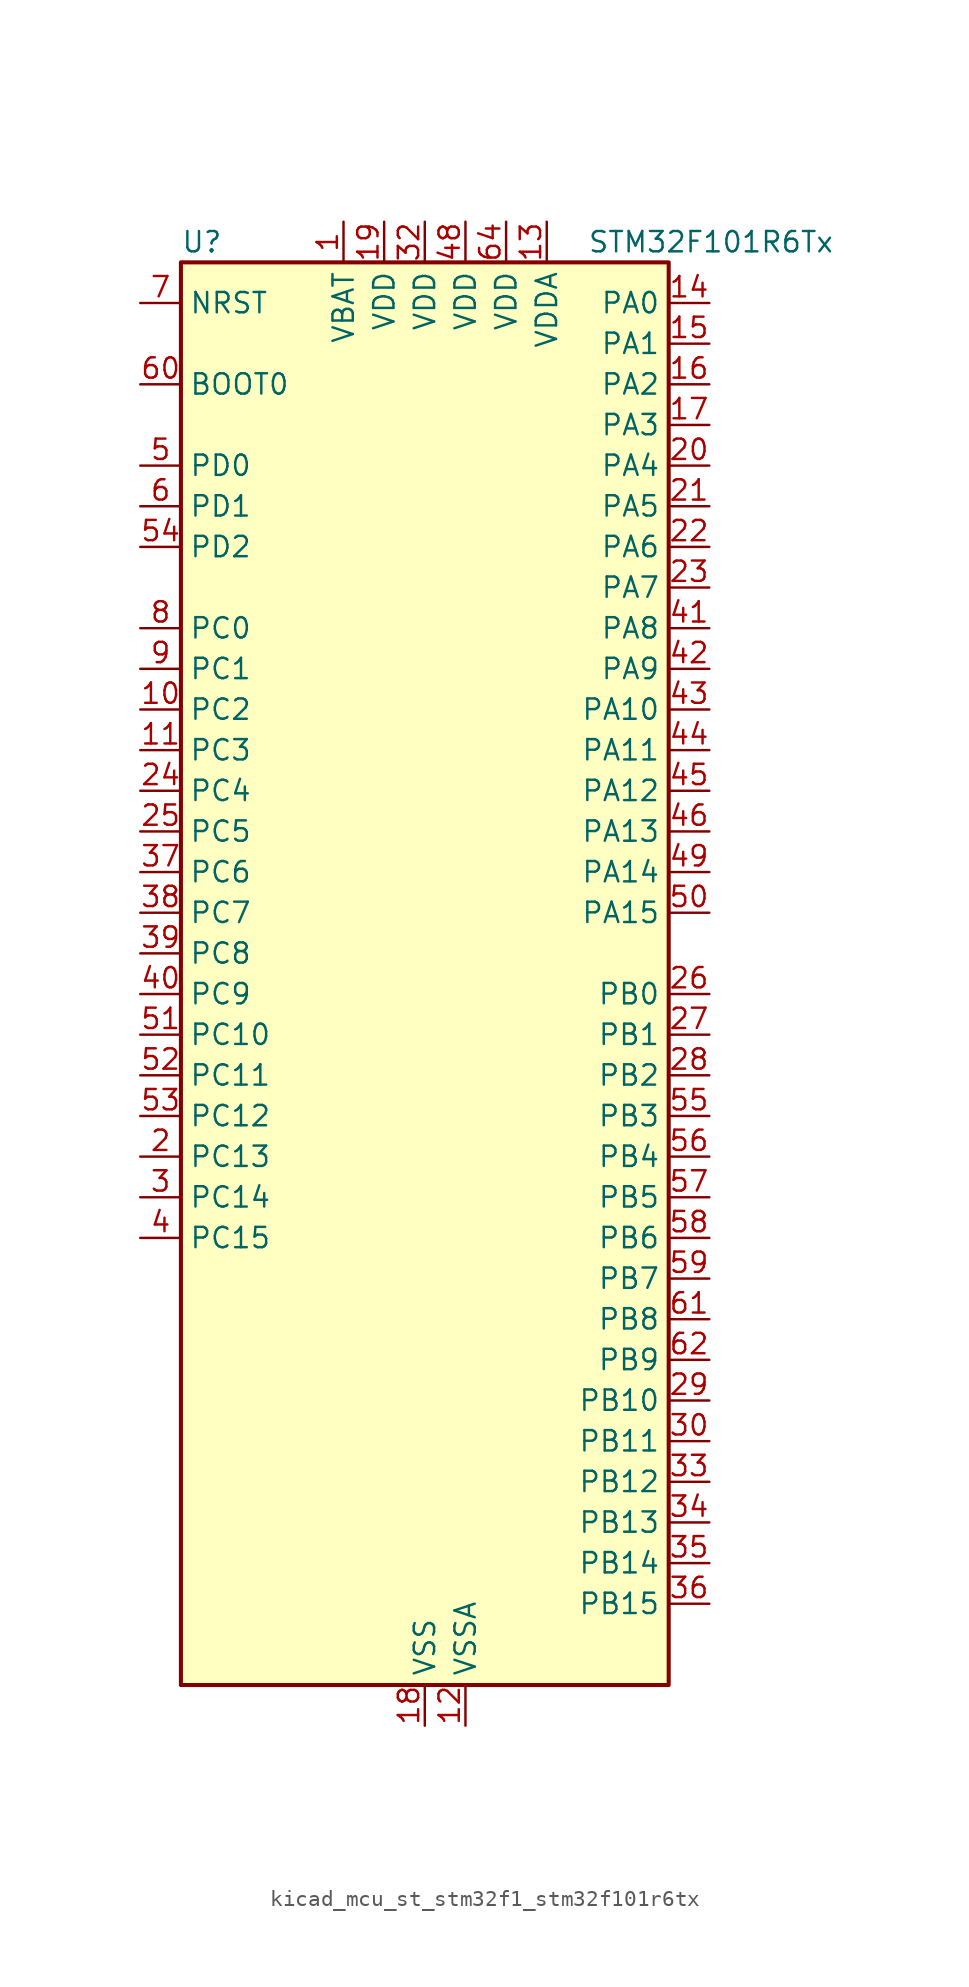
<source format=kicad_sym>
(kicad_symbol_lib
  (version 20220914)
  (generator kicad_symbol_editor)
  (symbol "kicad_mcu_st_stm32f1_stm32f101r6tx"
    (property "Reference" "U"
      (at -15.24 46.99 0)
      (effects (font (size 1.27 1.27)) (justify left)))
    (property "Value" "STM32F101R6Tx"
      (at 10.16 46.99 0)
      (effects (font (size 1.27 1.27)) (justify left)))
    (property "ki_locked" ""
      (at 0 0 0)
      (effects (font (size 1.27 1.27))))
    (symbol "kicad_mcu_st_stm32f1_stm32f101r6tx_0_1"
      (rectangle (start -15.24 -43.18) (end 15.24 45.72) (stroke (width 0.254) (type default)) (fill (type background))))
    (symbol "kicad_mcu_st_stm32f1_stm32f101r6tx_1_1"
      (pin power_in line (at -5.08 48.26 270) (length 2.54) (name "VBAT" (effects (font (size 1.27 1.27)))) (number "1" (effects (font (size 1.27 1.27)))))
      (pin bidirectional line (at -17.78 17.78 0) (length 2.54) (name "PC2" (effects (font (size 1.27 1.27)))) (number "10" (effects (font (size 1.27 1.27)))) (alternate "ADC1_IN12" bidirectional line))
      (pin bidirectional line (at -17.78 15.24 0) (length 2.54) (name "PC3" (effects (font (size 1.27 1.27)))) (number "11" (effects (font (size 1.27 1.27)))) (alternate "ADC1_IN13" bidirectional line))
      (pin power_in line (at 2.54 -45.72 90) (length 2.54) (name "VSSA" (effects (font (size 1.27 1.27)))) (number "12" (effects (font (size 1.27 1.27)))))
      (pin power_in line (at 7.62 48.26 270) (length 2.54) (name "VDDA" (effects (font (size 1.27 1.27)))) (number "13" (effects (font (size 1.27 1.27)))))
      (pin bidirectional line (at 17.78 43.18 180) (length 2.54) (name "PA0" (effects (font (size 1.27 1.27)))) (number "14" (effects (font (size 1.27 1.27)))) (alternate "ADC1_IN0" bidirectional line) (alternate "SYS_WKUP" bidirectional line) (alternate "TIM2_CH1" bidirectional line) (alternate "TIM2_ETR" bidirectional line) (alternate "USART2_CTS" bidirectional line))
      (pin bidirectional line (at 17.78 40.64 180) (length 2.54) (name "PA1" (effects (font (size 1.27 1.27)))) (number "15" (effects (font (size 1.27 1.27)))) (alternate "ADC1_IN1" bidirectional line) (alternate "TIM2_CH2" bidirectional line) (alternate "USART2_RTS" bidirectional line))
      (pin bidirectional line (at 17.78 38.1 180) (length 2.54) (name "PA2" (effects (font (size 1.27 1.27)))) (number "16" (effects (font (size 1.27 1.27)))) (alternate "ADC1_IN2" bidirectional line) (alternate "TIM2_CH3" bidirectional line) (alternate "USART2_TX" bidirectional line))
      (pin bidirectional line (at 17.78 35.56 180) (length 2.54) (name "PA3" (effects (font (size 1.27 1.27)))) (number "17" (effects (font (size 1.27 1.27)))) (alternate "ADC1_IN3" bidirectional line) (alternate "TIM2_CH4" bidirectional line) (alternate "USART2_RX" bidirectional line))
      (pin power_in line (at 0 -45.72 90) (length 2.54) (name "VSS" (effects (font (size 1.27 1.27)))) (number "18" (effects (font (size 1.27 1.27)))))
      (pin power_in line (at -2.54 48.26 270) (length 2.54) (name "VDD" (effects (font (size 1.27 1.27)))) (number "19" (effects (font (size 1.27 1.27)))))
      (pin bidirectional line (at -17.78 -10.16 0) (length 2.54) (name "PC13" (effects (font (size 1.27 1.27)))) (number "2" (effects (font (size 1.27 1.27)))) (alternate "RTC_OUT" bidirectional line) (alternate "RTC_TAMPER" bidirectional line))
      (pin bidirectional line (at 17.78 33.02 180) (length 2.54) (name "PA4" (effects (font (size 1.27 1.27)))) (number "20" (effects (font (size 1.27 1.27)))) (alternate "ADC1_IN4" bidirectional line) (alternate "SPI1_NSS" bidirectional line) (alternate "USART2_CK" bidirectional line))
      (pin bidirectional line (at 17.78 30.48 180) (length 2.54) (name "PA5" (effects (font (size 1.27 1.27)))) (number "21" (effects (font (size 1.27 1.27)))) (alternate "ADC1_IN5" bidirectional line) (alternate "SPI1_SCK" bidirectional line))
      (pin bidirectional line (at 17.78 27.94 180) (length 2.54) (name "PA6" (effects (font (size 1.27 1.27)))) (number "22" (effects (font (size 1.27 1.27)))) (alternate "ADC1_IN6" bidirectional line) (alternate "SPI1_MISO" bidirectional line) (alternate "TIM3_CH1" bidirectional line))
      (pin bidirectional line (at 17.78 25.4 180) (length 2.54) (name "PA7" (effects (font (size 1.27 1.27)))) (number "23" (effects (font (size 1.27 1.27)))) (alternate "ADC1_IN7" bidirectional line) (alternate "SPI1_MOSI" bidirectional line) (alternate "TIM3_CH2" bidirectional line))
      (pin bidirectional line (at -17.78 12.7 0) (length 2.54) (name "PC4" (effects (font (size 1.27 1.27)))) (number "24" (effects (font (size 1.27 1.27)))) (alternate "ADC1_IN14" bidirectional line))
      (pin bidirectional line (at -17.78 10.16 0) (length 2.54) (name "PC5" (effects (font (size 1.27 1.27)))) (number "25" (effects (font (size 1.27 1.27)))) (alternate "ADC1_IN15" bidirectional line))
      (pin bidirectional line (at 17.78 0 180) (length 2.54) (name "PB0" (effects (font (size 1.27 1.27)))) (number "26" (effects (font (size 1.27 1.27)))) (alternate "ADC1_IN8" bidirectional line) (alternate "TIM3_CH3" bidirectional line))
      (pin bidirectional line (at 17.78 -2.54 180) (length 2.54) (name "PB1" (effects (font (size 1.27 1.27)))) (number "27" (effects (font (size 1.27 1.27)))) (alternate "ADC1_IN9" bidirectional line) (alternate "TIM3_CH4" bidirectional line))
      (pin bidirectional line (at 17.78 -5.08 180) (length 2.54) (name "PB2" (effects (font (size 1.27 1.27)))) (number "28" (effects (font (size 1.27 1.27)))))
      (pin bidirectional line (at 17.78 -25.4 180) (length 2.54) (name "PB10" (effects (font (size 1.27 1.27)))) (number "29" (effects (font (size 1.27 1.27)))) (alternate "TIM2_CH3" bidirectional line))
      (pin bidirectional line (at -17.78 -12.7 0) (length 2.54) (name "PC14" (effects (font (size 1.27 1.27)))) (number "3" (effects (font (size 1.27 1.27)))) (alternate "RCC_OSC32_IN" bidirectional line))
      (pin bidirectional line (at 17.78 -27.94 180) (length 2.54) (name "PB11" (effects (font (size 1.27 1.27)))) (number "30" (effects (font (size 1.27 1.27)))) (alternate "ADC1_EXTI11" bidirectional line) (alternate "TIM2_CH4" bidirectional line))
      (pin passive line (at 0 -45.72 90) (length 2.54) hide (name "VSS" (effects (font (size 1.27 1.27)))) (number "31" (effects (font (size 1.27 1.27)))))
      (pin power_in line (at 0 48.26 270) (length 2.54) (name "VDD" (effects (font (size 1.27 1.27)))) (number "32" (effects (font (size 1.27 1.27)))))
      (pin bidirectional line (at 17.78 -30.48 180) (length 2.54) (name "PB12" (effects (font (size 1.27 1.27)))) (number "33" (effects (font (size 1.27 1.27)))))
      (pin bidirectional line (at 17.78 -33.02 180) (length 2.54) (name "PB13" (effects (font (size 1.27 1.27)))) (number "34" (effects (font (size 1.27 1.27)))))
      (pin bidirectional line (at 17.78 -35.56 180) (length 2.54) (name "PB14" (effects (font (size 1.27 1.27)))) (number "35" (effects (font (size 1.27 1.27)))))
      (pin bidirectional line (at 17.78 -38.1 180) (length 2.54) (name "PB15" (effects (font (size 1.27 1.27)))) (number "36" (effects (font (size 1.27 1.27)))) (alternate "ADC1_EXTI15" bidirectional line))
      (pin bidirectional line (at -17.78 7.62 0) (length 2.54) (name "PC6" (effects (font (size 1.27 1.27)))) (number "37" (effects (font (size 1.27 1.27)))) (alternate "TIM3_CH1" bidirectional line))
      (pin bidirectional line (at -17.78 5.08 0) (length 2.54) (name "PC7" (effects (font (size 1.27 1.27)))) (number "38" (effects (font (size 1.27 1.27)))) (alternate "TIM3_CH2" bidirectional line))
      (pin bidirectional line (at -17.78 2.54 0) (length 2.54) (name "PC8" (effects (font (size 1.27 1.27)))) (number "39" (effects (font (size 1.27 1.27)))) (alternate "TIM3_CH3" bidirectional line))
      (pin bidirectional line (at -17.78 -15.24 0) (length 2.54) (name "PC15" (effects (font (size 1.27 1.27)))) (number "4" (effects (font (size 1.27 1.27)))) (alternate "ADC1_EXTI15" bidirectional line) (alternate "RCC_OSC32_OUT" bidirectional line))
      (pin bidirectional line (at -17.78 0 0) (length 2.54) (name "PC9" (effects (font (size 1.27 1.27)))) (number "40" (effects (font (size 1.27 1.27)))) (alternate "TIM3_CH4" bidirectional line))
      (pin bidirectional line (at 17.78 22.86 180) (length 2.54) (name "PA8" (effects (font (size 1.27 1.27)))) (number "41" (effects (font (size 1.27 1.27)))) (alternate "RCC_MCO" bidirectional line) (alternate "USART1_CK" bidirectional line))
      (pin bidirectional line (at 17.78 20.32 180) (length 2.54) (name "PA9" (effects (font (size 1.27 1.27)))) (number "42" (effects (font (size 1.27 1.27)))) (alternate "USART1_TX" bidirectional line))
      (pin bidirectional line (at 17.78 17.78 180) (length 2.54) (name "PA10" (effects (font (size 1.27 1.27)))) (number "43" (effects (font (size 1.27 1.27)))) (alternate "USART1_RX" bidirectional line))
      (pin bidirectional line (at 17.78 15.24 180) (length 2.54) (name "PA11" (effects (font (size 1.27 1.27)))) (number "44" (effects (font (size 1.27 1.27)))) (alternate "ADC1_EXTI11" bidirectional line) (alternate "USART1_CTS" bidirectional line))
      (pin bidirectional line (at 17.78 12.7 180) (length 2.54) (name "PA12" (effects (font (size 1.27 1.27)))) (number "45" (effects (font (size 1.27 1.27)))) (alternate "USART1_RTS" bidirectional line))
      (pin bidirectional line (at 17.78 10.16 180) (length 2.54) (name "PA13" (effects (font (size 1.27 1.27)))) (number "46" (effects (font (size 1.27 1.27)))) (alternate "SYS_JTMS-SWDIO" bidirectional line))
      (pin passive line (at 0 -45.72 90) (length 2.54) hide (name "VSS" (effects (font (size 1.27 1.27)))) (number "47" (effects (font (size 1.27 1.27)))))
      (pin power_in line (at 2.54 48.26 270) (length 2.54) (name "VDD" (effects (font (size 1.27 1.27)))) (number "48" (effects (font (size 1.27 1.27)))))
      (pin bidirectional line (at 17.78 7.62 180) (length 2.54) (name "PA14" (effects (font (size 1.27 1.27)))) (number "49" (effects (font (size 1.27 1.27)))) (alternate "SYS_JTCK-SWCLK" bidirectional line))
      (pin bidirectional line (at -17.78 33.02 0) (length 2.54) (name "PD0" (effects (font (size 1.27 1.27)))) (number "5" (effects (font (size 1.27 1.27)))) (alternate "RCC_OSC_IN" bidirectional line))
      (pin bidirectional line (at 17.78 5.08 180) (length 2.54) (name "PA15" (effects (font (size 1.27 1.27)))) (number "50" (effects (font (size 1.27 1.27)))) (alternate "ADC1_EXTI15" bidirectional line) (alternate "SPI1_NSS" bidirectional line) (alternate "SYS_JTDI" bidirectional line) (alternate "TIM2_CH1" bidirectional line) (alternate "TIM2_ETR" bidirectional line))
      (pin bidirectional line (at -17.78 -2.54 0) (length 2.54) (name "PC10" (effects (font (size 1.27 1.27)))) (number "51" (effects (font (size 1.27 1.27)))))
      (pin bidirectional line (at -17.78 -5.08 0) (length 2.54) (name "PC11" (effects (font (size 1.27 1.27)))) (number "52" (effects (font (size 1.27 1.27)))) (alternate "ADC1_EXTI11" bidirectional line))
      (pin bidirectional line (at -17.78 -7.62 0) (length 2.54) (name "PC12" (effects (font (size 1.27 1.27)))) (number "53" (effects (font (size 1.27 1.27)))))
      (pin bidirectional line (at -17.78 27.94 0) (length 2.54) (name "PD2" (effects (font (size 1.27 1.27)))) (number "54" (effects (font (size 1.27 1.27)))) (alternate "TIM3_ETR" bidirectional line))
      (pin bidirectional line (at 17.78 -7.62 180) (length 2.54) (name "PB3" (effects (font (size 1.27 1.27)))) (number "55" (effects (font (size 1.27 1.27)))) (alternate "SPI1_SCK" bidirectional line) (alternate "SYS_JTDO-TRACESWO" bidirectional line) (alternate "TIM2_CH2" bidirectional line))
      (pin bidirectional line (at 17.78 -10.16 180) (length 2.54) (name "PB4" (effects (font (size 1.27 1.27)))) (number "56" (effects (font (size 1.27 1.27)))) (alternate "SPI1_MISO" bidirectional line) (alternate "SYS_NJTRST" bidirectional line) (alternate "TIM3_CH1" bidirectional line))
      (pin bidirectional line (at 17.78 -12.7 180) (length 2.54) (name "PB5" (effects (font (size 1.27 1.27)))) (number "57" (effects (font (size 1.27 1.27)))) (alternate "I2C1_SMBA" bidirectional line) (alternate "SPI1_MOSI" bidirectional line) (alternate "TIM3_CH2" bidirectional line))
      (pin bidirectional line (at 17.78 -15.24 180) (length 2.54) (name "PB6" (effects (font (size 1.27 1.27)))) (number "58" (effects (font (size 1.27 1.27)))) (alternate "I2C1_SCL" bidirectional line) (alternate "USART1_TX" bidirectional line))
      (pin bidirectional line (at 17.78 -17.78 180) (length 2.54) (name "PB7" (effects (font (size 1.27 1.27)))) (number "59" (effects (font (size 1.27 1.27)))) (alternate "I2C1_SDA" bidirectional line) (alternate "USART1_RX" bidirectional line))
      (pin bidirectional line (at -17.78 30.48 0) (length 2.54) (name "PD1" (effects (font (size 1.27 1.27)))) (number "6" (effects (font (size 1.27 1.27)))) (alternate "RCC_OSC_OUT" bidirectional line))
      (pin input line (at -17.78 38.1 0) (length 2.54) (name "BOOT0" (effects (font (size 1.27 1.27)))) (number "60" (effects (font (size 1.27 1.27)))))
      (pin bidirectional line (at 17.78 -20.32 180) (length 2.54) (name "PB8" (effects (font (size 1.27 1.27)))) (number "61" (effects (font (size 1.27 1.27)))) (alternate "I2C1_SCL" bidirectional line))
      (pin bidirectional line (at 17.78 -22.86 180) (length 2.54) (name "PB9" (effects (font (size 1.27 1.27)))) (number "62" (effects (font (size 1.27 1.27)))) (alternate "I2C1_SDA" bidirectional line))
      (pin passive line (at 0 -45.72 90) (length 2.54) hide (name "VSS" (effects (font (size 1.27 1.27)))) (number "63" (effects (font (size 1.27 1.27)))))
      (pin power_in line (at 5.08 48.26 270) (length 2.54) (name "VDD" (effects (font (size 1.27 1.27)))) (number "64" (effects (font (size 1.27 1.27)))))
      (pin input line (at -17.78 43.18 0) (length 2.54) (name "NRST" (effects (font (size 1.27 1.27)))) (number "7" (effects (font (size 1.27 1.27)))))
      (pin bidirectional line (at -17.78 22.86 0) (length 2.54) (name "PC0" (effects (font (size 1.27 1.27)))) (number "8" (effects (font (size 1.27 1.27)))) (alternate "ADC1_IN10" bidirectional line))
      (pin bidirectional line (at -17.78 20.32 0) (length 2.54) (name "PC1" (effects (font (size 1.27 1.27)))) (number "9" (effects (font (size 1.27 1.27)))) (alternate "ADC1_IN11" bidirectional line)))))
</source>
